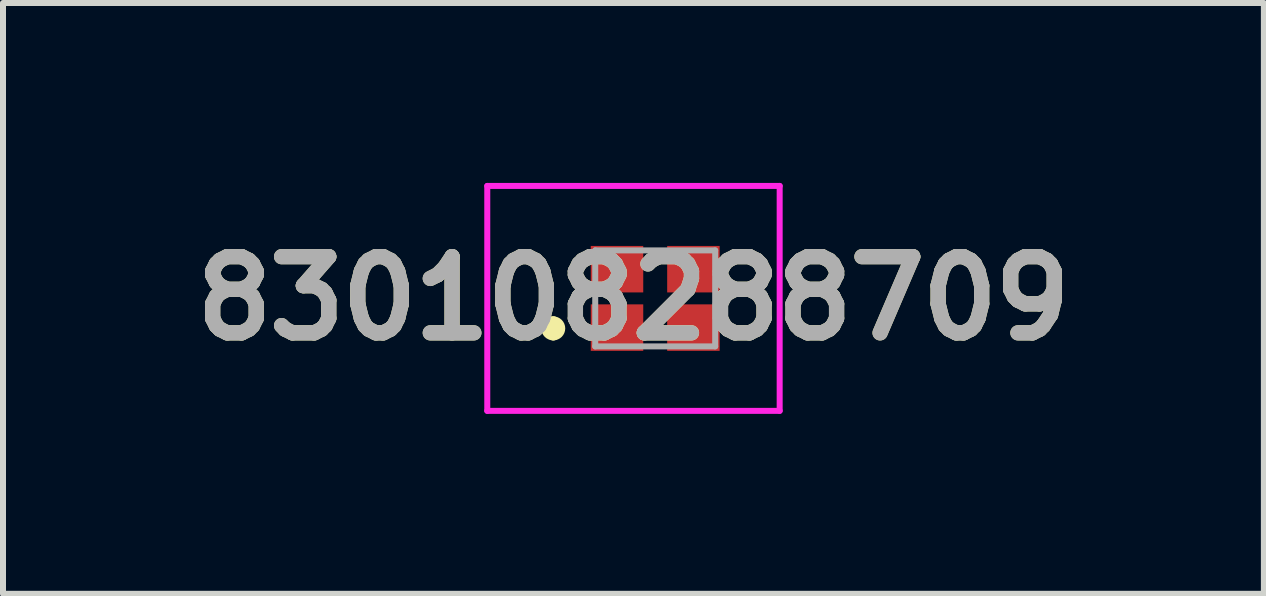
<source format=kicad_pcb>
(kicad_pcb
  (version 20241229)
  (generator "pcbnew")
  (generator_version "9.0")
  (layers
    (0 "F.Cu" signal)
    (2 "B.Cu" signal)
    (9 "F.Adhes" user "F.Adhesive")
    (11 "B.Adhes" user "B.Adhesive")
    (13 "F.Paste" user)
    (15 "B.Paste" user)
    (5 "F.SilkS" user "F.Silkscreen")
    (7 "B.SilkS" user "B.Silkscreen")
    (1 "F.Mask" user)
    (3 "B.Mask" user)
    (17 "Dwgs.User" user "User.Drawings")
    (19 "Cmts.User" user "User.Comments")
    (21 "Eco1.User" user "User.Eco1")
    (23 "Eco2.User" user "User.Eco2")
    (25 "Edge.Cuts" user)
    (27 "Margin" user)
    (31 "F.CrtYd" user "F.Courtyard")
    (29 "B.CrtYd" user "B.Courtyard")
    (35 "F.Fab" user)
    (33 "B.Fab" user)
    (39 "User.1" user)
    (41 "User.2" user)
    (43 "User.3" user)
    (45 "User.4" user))
  (footprint "830108288709"
    (layer "F.Cu")
    (at 7.874 1.925)
    (property "Reference" "830108288709" (at -0.363 0 0) (layer "F.SilkS") (effects (font (size 1.27 1.27) (thickness 0.254))))
    (attr smd)
    (fp_line (start -1.7 0.4) (end -1.7 0.4) (stroke (width 0.2) (type solid)) (layer "F.SilkS"))
    (fp_line (start -1.7 0.6) (end -1.7 0.6) (stroke (width 0.2) (type solid)) (layer "F.SilkS"))
    (fp_arc (start -1.7 0.4) (mid -1.6 0.5) (end -1.7 0.6) (stroke (width 0.2) (type solid)) (layer "F.SilkS"))
    (fp_arc (start -1.7 0.6) (mid -1.8 0.5) (end -1.7 0.4) (stroke (width 0.2) (type solid)) (layer "F.SilkS"))
    (fp_line (start -2.8 -1.875) (end 2.075 -1.875) (stroke (width 0.1) (type solid)) (layer "F.CrtYd"))
    (fp_line (start -2.8 1.875) (end -2.8 -1.875) (stroke (width 0.1) (type solid)) (layer "F.CrtYd"))
    (fp_line (start 2.075 -1.875) (end 2.075 1.875) (stroke (width 0.1) (type solid)) (layer "F.CrtYd"))
    (fp_line (start 2.075 1.875) (end -2.8 1.875) (stroke (width 0.1) (type solid)) (layer "F.CrtYd"))
    (fp_line (start -1 -0.8) (end 1 -0.8) (stroke (width 0.1) (type solid)) (layer "F.Fab"))
    (fp_line (start -1 0.8) (end -1 -0.8) (stroke (width 0.1) (type solid)) (layer "F.Fab"))
    (fp_line (start 1 -0.8) (end 1 0.8) (stroke (width 0.1) (type solid)) (layer "F.Fab"))
    (fp_line (start 1 0.8) (end -1 0.8) (stroke (width 0.1) (type solid)) (layer "F.Fab"))
    (fp_text user "${REFERENCE}" (at -0.363 0 0) (layer "F.Fab") (effects (font (size 1.27 1.27) (thickness 0.254))))
    (pad "1" smd rect (at -0.637 0.487 90) (size 0.775 0.875) (layers "F.Cu" "F.Mask" "F.Paste"))
    (pad "2" smd rect (at 0.637 0.487 90) (size 0.775 0.875) (layers "F.Cu" "F.Mask" "F.Paste"))
    (pad "3" smd rect (at 0.637 -0.487 90) (size 0.775 0.875) (layers "F.Cu" "F.Mask" "F.Paste"))
    (pad "4" smd rect (at -0.637 -0.487 90) (size 0.775 0.875) (layers "F.Cu" "F.Mask" "F.Paste")))
  (gr_rect
    (start -3 -3)
    (end 18.022 6.85)
    (stroke (width 0.1) (type default))
    (fill no)
    (layer "Edge.Cuts")))
</source>
